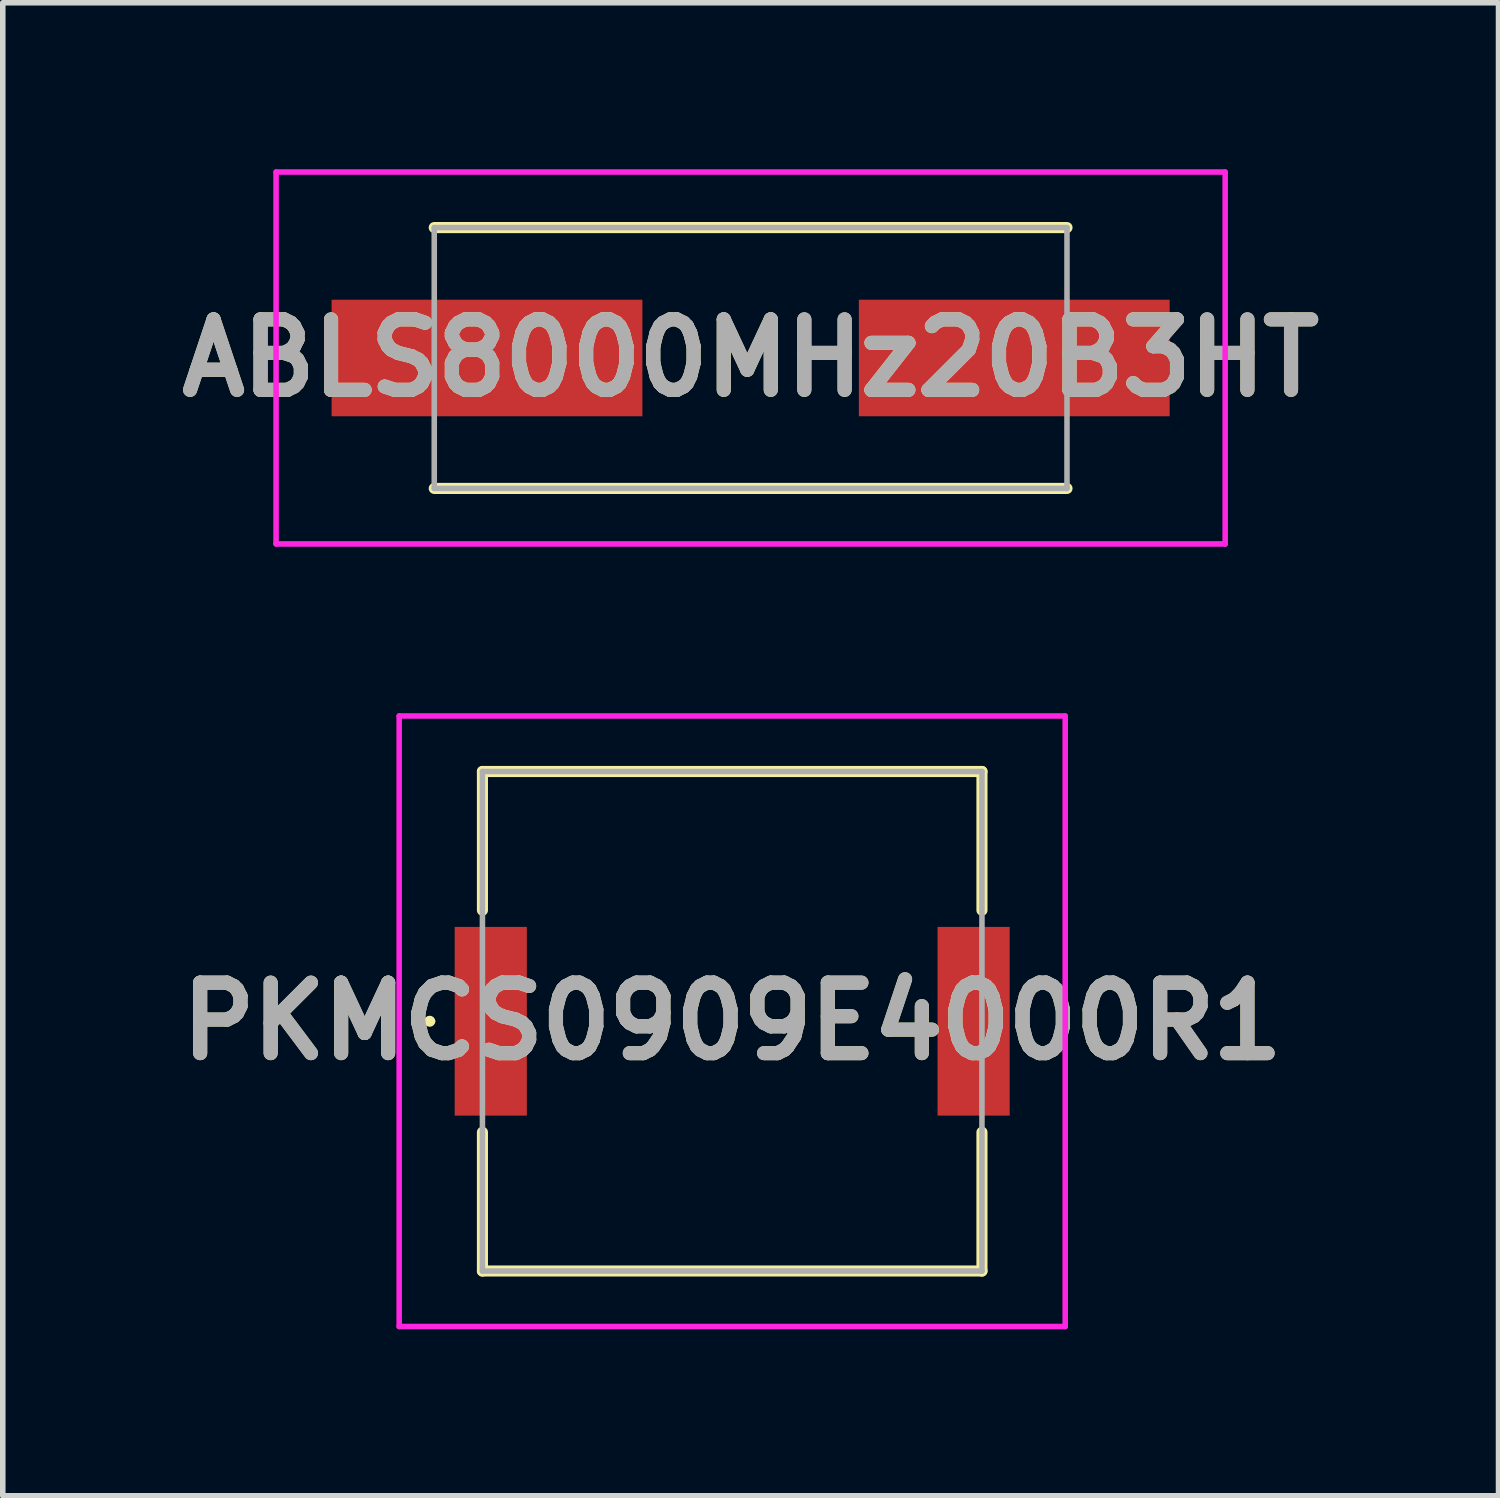
<source format=kicad_pcb>
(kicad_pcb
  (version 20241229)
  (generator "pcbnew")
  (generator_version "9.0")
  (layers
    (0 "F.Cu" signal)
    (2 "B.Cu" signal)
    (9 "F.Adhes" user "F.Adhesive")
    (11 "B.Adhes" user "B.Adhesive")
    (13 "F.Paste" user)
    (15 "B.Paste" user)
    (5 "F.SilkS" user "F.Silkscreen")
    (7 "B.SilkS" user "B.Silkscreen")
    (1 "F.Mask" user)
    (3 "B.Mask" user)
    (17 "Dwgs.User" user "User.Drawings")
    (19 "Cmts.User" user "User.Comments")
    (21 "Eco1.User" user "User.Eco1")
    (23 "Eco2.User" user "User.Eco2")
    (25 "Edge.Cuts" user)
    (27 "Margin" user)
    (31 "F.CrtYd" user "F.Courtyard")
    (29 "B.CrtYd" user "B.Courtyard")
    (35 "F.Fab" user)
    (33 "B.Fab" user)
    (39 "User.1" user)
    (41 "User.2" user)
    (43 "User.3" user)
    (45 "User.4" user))
  (footprint "PKMCS0909E4000R1"
    (layer "F.Cu")
    (at 10.142 15.35)
    (property "Reference" "PKMCS0909E4000R1" (at 0 0 0) (layer "F.SilkS") (effects (font (size 1.27 1.27) (thickness 0.254))))
    (attr smd)
    (fp_line (start -5.5 0) (end -5.5 0) (stroke (width 0.1) (type solid)) (layer "F.SilkS"))
    (fp_line (start -5.4 0) (end -5.4 0) (stroke (width 0.1) (type solid)) (layer "F.SilkS"))
    (fp_line (start -4.5 -4.5) (end 4.5 -4.5) (stroke (width 0.2) (type solid)) (layer "F.SilkS"))
    (fp_line (start -4.5 -2) (end -4.5 -4.5) (stroke (width 0.2) (type solid)) (layer "F.SilkS"))
    (fp_line (start -4.5 4.5) (end -4.5 2) (stroke (width 0.2) (type solid)) (layer "F.SilkS"))
    (fp_line (start 4.5 -4.5) (end 4.5 -2) (stroke (width 0.2) (type solid)) (layer "F.SilkS"))
    (fp_line (start 4.5 2) (end 4.5 4.5) (stroke (width 0.2) (type solid)) (layer "F.SilkS"))
    (fp_line (start 4.5 4.5) (end -4.5 4.5) (stroke (width 0.2) (type solid)) (layer "F.SilkS"))
    (fp_arc (start -5.5 0) (mid -5.45 -0.05) (end -5.4 0) (stroke (width 0.1) (type solid)) (layer "F.SilkS"))
    (fp_arc (start -5.4 0) (mid -5.45 0.05) (end -5.5 0) (stroke (width 0.1) (type solid)) (layer "F.SilkS"))
    (fp_line (start -6 -5.5) (end 6 -5.5) (stroke (width 0.1) (type solid)) (layer "F.CrtYd"))
    (fp_line (start -6 5.5) (end -6 -5.5) (stroke (width 0.1) (type solid)) (layer "F.CrtYd"))
    (fp_line (start 6 -5.5) (end 6 5.5) (stroke (width 0.1) (type solid)) (layer "F.CrtYd"))
    (fp_line (start 6 5.5) (end -6 5.5) (stroke (width 0.1) (type solid)) (layer "F.CrtYd"))
    (fp_line (start -4.5 -4.5) (end -4.5 4.5) (stroke (width 0.1) (type solid)) (layer "F.Fab"))
    (fp_line (start -4.5 4.5) (end 4.5 4.5) (stroke (width 0.1) (type solid)) (layer "F.Fab"))
    (fp_line (start 4.5 -4.5) (end -4.5 -4.5) (stroke (width 0.1) (type solid)) (layer "F.Fab"))
    (fp_line (start 4.5 4.5) (end 4.5 -4.5) (stroke (width 0.1) (type solid)) (layer "F.Fab"))
    (fp_text user "${REFERENCE}" (at 0 0 0) (layer "F.Fab") (effects (font (size 1.27 1.27) (thickness 0.254))))
    (pad "1" smd rect (at -4.35 0) (size 1.3 3.4) (layers "F.Cu" "F.Mask" "F.Paste"))
    (pad "2" smd rect (at 4.35 0) (size 1.3 3.4) (layers "F.Cu" "F.Mask" "F.Paste")))
  (footprint "ABLS8000MHz20B3HT"
    (layer "F.Cu")
    (at 10.474 3.4)
    (property "Reference" "ABLS8000MHz20B3HT" (at 0 0 0) (layer "F.SilkS") (effects (font (size 1.27 1.27) (thickness 0.254))))
    (attr smd)
    (fp_line (start -5.7 -2.35) (end 5.7 -2.35) (stroke (width 0.2) (type solid)) (layer "F.SilkS"))
    (fp_line (start -5.7 2.35) (end 5.7 2.35) (stroke (width 0.2) (type solid)) (layer "F.SilkS"))
    (fp_line (start -8.55 -3.35) (end 8.55 -3.35) (stroke (width 0.1) (type solid)) (layer "F.CrtYd"))
    (fp_line (start -8.55 3.35) (end -8.55 -3.35) (stroke (width 0.1) (type solid)) (layer "F.CrtYd"))
    (fp_line (start 8.55 -3.35) (end 8.55 3.35) (stroke (width 0.1) (type solid)) (layer "F.CrtYd"))
    (fp_line (start 8.55 3.35) (end -8.55 3.35) (stroke (width 0.1) (type solid)) (layer "F.CrtYd"))
    (fp_line (start -5.7 -2.35) (end 5.7 -2.35) (stroke (width 0.1) (type solid)) (layer "F.Fab"))
    (fp_line (start -5.7 2.35) (end -5.7 -2.35) (stroke (width 0.1) (type solid)) (layer "F.Fab"))
    (fp_line (start 5.7 -2.35) (end 5.7 2.35) (stroke (width 0.1) (type solid)) (layer "F.Fab"))
    (fp_line (start 5.7 2.35) (end -5.7 2.35) (stroke (width 0.1) (type solid)) (layer "F.Fab"))
    (fp_text user "${REFERENCE}" (at 0 0 0) (layer "F.Fab") (effects (font (size 1.27 1.27) (thickness 0.254))))
    (pad "1" smd rect (at -4.75 0 90) (size 2.1 5.6) (layers "F.Cu" "F.Mask" "F.Paste"))
    (pad "2" smd rect (at 4.75 0 90) (size 2.1 5.6) (layers "F.Cu" "F.Mask" "F.Paste")))
  (gr_rect
    (start -3 -3)
    (end 23.949 23.9)
    (stroke (width 0.1) (type default))
    (fill no)
    (layer "Edge.Cuts")))
</source>
